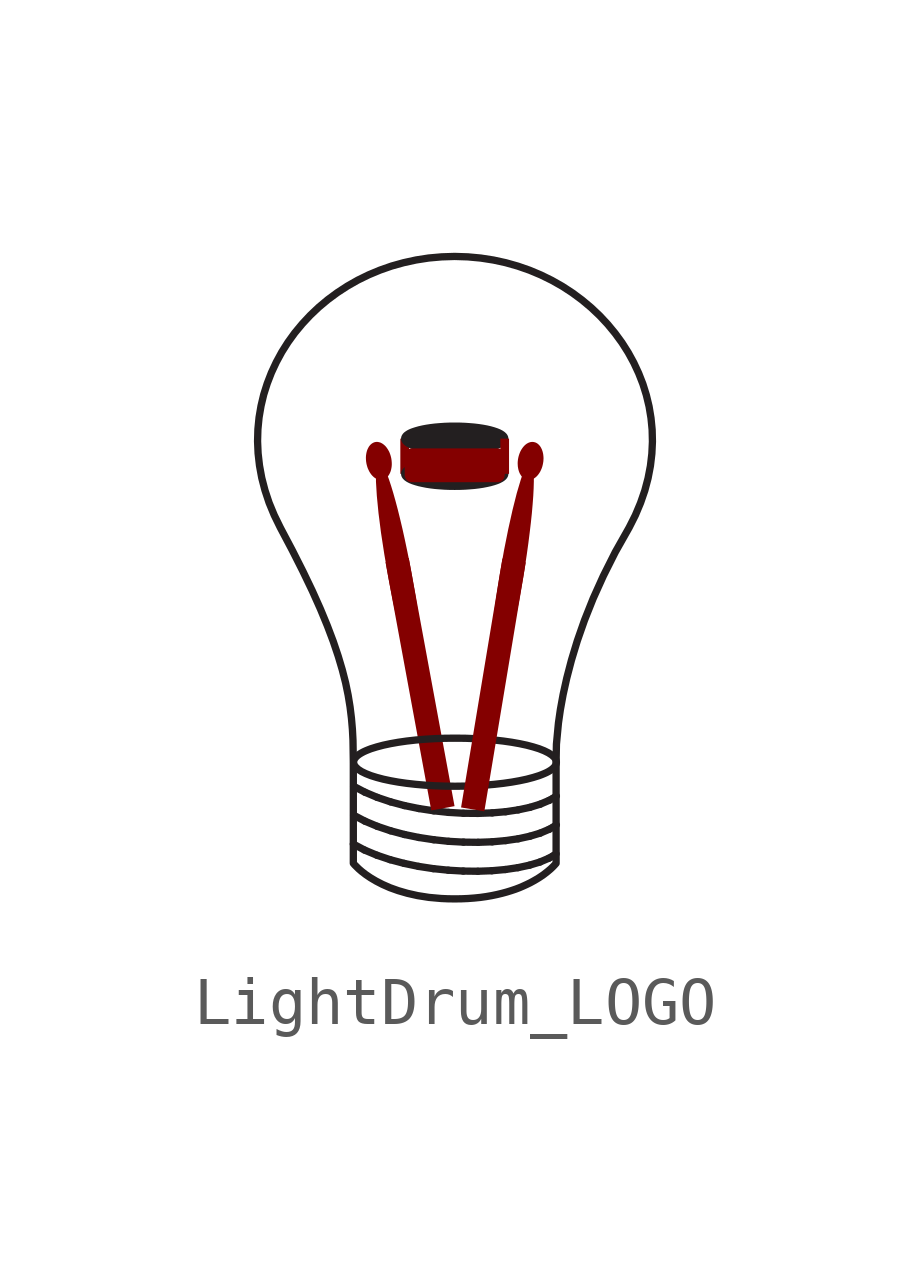
<source format=kicad_sym>
(kicad_symbol_lib
  (version 20231120)
  (generator "kicad_symbol_editor")
  (generator_version "8.0")
  (symbol "LightDrum_LOGO"
    (property "Reference" "#G"
      (at 0 9.906 0)
      (effects (font (size 1.27 1.27)) (hide yes)))
    (symbol "LightDrum_LOGO_1_0"
      (polyline (pts (xy -2.19 -4.761) (xy -1.956 -4.886)) (stroke (width 0) (type solid) (color 35 31 32 1)) (fill (type none)))
      (polyline (pts (xy -2.184 -4.159) (xy -1.949 -4.283)) (stroke (width 0) (type solid) (color 35 31 32 1)) (fill (type none)))
      (polyline (pts (xy -2.184 -3.556) (xy -1.949 -3.68)) (stroke (width 0) (type solid) (color 35 31 32 1)) (fill (type none)))
      (polyline (pts (xy -1.956 -4.886) (xy -1.698 -4.994)) (stroke (width 0) (type solid) (color 35 31 32 1)) (fill (type none)))
      (polyline (pts (xy -1.949 -4.283) (xy -1.692 -4.391)) (stroke (width 0) (type solid) (color 35 31 32 1)) (fill (type none)))
      (polyline (pts (xy -1.949 -3.68) (xy -1.692 -3.788)) (stroke (width 0) (type solid) (color 35 31 32 1)) (fill (type none)))
      (polyline (pts (xy -1.698 -4.994) (xy -1.422 -5.087)) (stroke (width 0) (type solid) (color 35 31 32 1)) (fill (type none)))
      (polyline (pts (xy -1.692 -4.391) (xy -1.415 -4.484)) (stroke (width 0) (type solid) (color 35 31 32 1)) (fill (type none)))
      (polyline (pts (xy -1.692 -3.788) (xy -1.415 -3.881)) (stroke (width 0) (type solid) (color 35 31 32 1)) (fill (type none)))
      (polyline (pts (xy -1.422 -5.087) (xy -1.131 -5.164)) (stroke (width 0) (type solid) (color 35 31 32 1)) (fill (type none)))
      (polyline (pts (xy -1.415 -4.484) (xy -1.124 -4.562)) (stroke (width 0) (type solid) (color 35 31 32 1)) (fill (type none)))
      (polyline (pts (xy -1.415 -3.881) (xy -1.124 -3.959)) (stroke (width 0) (type solid) (color 35 31 32 1)) (fill (type none)))
      (polyline (pts (xy -1.131 -5.164) (xy -0.829 -5.227)) (stroke (width 0) (type solid) (color 35 31 32 1)) (fill (type none)))
      (polyline (pts (xy -1.124 -4.562) (xy -0.823 -4.624)) (stroke (width 0) (type solid) (color 35 31 32 1)) (fill (type none)))
      (polyline (pts (xy -1.124 -3.959) (xy -0.823 -4.021)) (stroke (width 0) (type solid) (color 35 31 32 1)) (fill (type none)))
      (polyline (pts (xy -0.829 -5.227) (xy -0.521 -5.274)) (stroke (width 0) (type solid) (color 35 31 32 1)) (fill (type none)))
      (polyline (pts (xy -0.823 -4.624) (xy -0.514 -4.671)) (stroke (width 0) (type solid) (color 35 31 32 1)) (fill (type none)))
      (polyline (pts (xy -0.823 -4.021) (xy -0.514 -4.068)) (stroke (width 0) (type solid) (color 35 31 32 1)) (fill (type none)))
      (polyline (pts (xy -0.521 -5.274) (xy -0.21 -5.306)) (stroke (width 0) (type solid) (color 35 31 32 1)) (fill (type none)))
      (polyline (pts (xy -0.514 -4.671) (xy -0.203 -4.704)) (stroke (width 0) (type solid) (color 35 31 32 1)) (fill (type none)))
      (polyline (pts (xy -0.514 -4.068) (xy -0.203 -4.101)) (stroke (width 0) (type solid) (color 35 31 32 1)) (fill (type none)))
      (polyline (pts (xy -0.21 -5.306) (xy 0.1 -5.324)) (stroke (width 0) (type solid) (color 35 31 32 1)) (fill (type none)))
      (polyline (pts (xy -0.203 -4.704) (xy 0.106 -4.721)) (stroke (width 0) (type solid) (color 35 31 32 1)) (fill (type none)))
      (polyline (pts (xy -0.203 -4.101) (xy 0.106 -4.119)) (stroke (width 0) (type solid) (color 35 31 32 1)) (fill (type none)))
      (polyline (pts (xy 0.1 -5.324) (xy 0.404 -5.328)) (stroke (width 0) (type solid) (color 35 31 32 1)) (fill (type none)))
      (polyline (pts (xy 0.106 -4.721) (xy 0.41 -4.725)) (stroke (width 0) (type solid) (color 35 31 32 1)) (fill (type none)))
      (polyline (pts (xy 0.106 -4.119) (xy 0.41 -4.122)) (stroke (width 0) (type solid) (color 35 31 32 1)) (fill (type none)))
      (polyline (pts (xy 0.404 -5.328) (xy 0.698 -5.317)) (stroke (width 0) (type solid) (color 35 31 32 1)) (fill (type none)))
      (polyline (pts (xy 0.41 -4.725) (xy 0.705 -4.714)) (stroke (width 0) (type solid) (color 35 31 32 1)) (fill (type none)))
      (polyline (pts (xy 0.41 -4.122) (xy 0.705 -4.111)) (stroke (width 0) (type solid) (color 35 31 32 1)) (fill (type none)))
      (polyline (pts (xy 0.698 -5.317) (xy 0.979 -5.292)) (stroke (width 0) (type solid) (color 35 31 32 1)) (fill (type none)))
      (polyline (pts (xy 0.705 -4.714) (xy 0.985 -4.689)) (stroke (width 0) (type solid) (color 35 31 32 1)) (fill (type none)))
      (polyline (pts (xy 0.705 -4.111) (xy 0.985 -4.087)) (stroke (width 0) (type solid) (color 35 31 32 1)) (fill (type none)))
      (polyline (pts (xy 0.979 -5.292) (xy 1.242 -5.253)) (stroke (width 0) (type solid) (color 35 31 32 1)) (fill (type none)))
      (polyline (pts (xy 0.985 -4.689) (xy 1.248 -4.651)) (stroke (width 0) (type solid) (color 35 31 32 1)) (fill (type none)))
      (polyline (pts (xy 0.985 -4.087) (xy 1.248 -4.048)) (stroke (width 0) (type solid) (color 35 31 32 1)) (fill (type none)))
      (polyline (pts (xy 1.242 -5.253) (xy 1.483 -5.201)) (stroke (width 0) (type solid) (color 35 31 32 1)) (fill (type none)))
      (polyline (pts (xy 1.248 -4.651) (xy 1.49 -4.598)) (stroke (width 0) (type solid) (color 35 31 32 1)) (fill (type none)))
      (polyline (pts (xy 1.248 -4.048) (xy 1.49 -3.996)) (stroke (width 0) (type solid) (color 35 31 32 1)) (fill (type none)))
      (polyline (pts (xy 1.483 -5.201) (xy 1.699 -5.136)) (stroke (width 0) (type solid) (color 35 31 32 1)) (fill (type none)))
      (polyline (pts (xy 1.49 -4.598) (xy 1.705 -4.533)) (stroke (width 0) (type solid) (color 35 31 32 1)) (fill (type none)))
      (polyline (pts (xy 1.49 -3.996) (xy 1.705 -3.93)) (stroke (width 0) (type solid) (color 35 31 32 1)) (fill (type none)))
      (polyline (pts (xy 1.699 -5.136) (xy 1.885 -5.057)) (stroke (width 0) (type solid) (color 35 31 32 1)) (fill (type none)))
      (polyline (pts (xy 1.705 -4.533) (xy 1.891 -4.454)) (stroke (width 0) (type solid) (color 35 31 32 1)) (fill (type none)))
      (polyline (pts (xy 1.705 -3.93) (xy 1.891 -3.851)) (stroke (width 0) (type solid) (color 35 31 32 1)) (fill (type none)))
      (polyline (pts (xy 1.885 -5.057) (xy 1.965 -5.013)) (stroke (width 0) (type solid) (color 35 31 32 1)) (fill (type none)))
      (polyline (pts (xy 1.891 -4.454) (xy 1.972 -4.41)) (stroke (width 0) (type solid) (color 35 31 32 1)) (fill (type none)))
      (polyline (pts (xy 1.891 -3.851) (xy 1.972 -3.807)) (stroke (width 0) (type solid) (color 35 31 32 1)) (fill (type none)))
      (polyline (pts (xy 1.965 -5.013) (xy 2.037 -4.965)) (stroke (width 0) (type solid) (color 35 31 32 1)) (fill (type none)))
      (polyline (pts (xy 1.972 -4.41) (xy 2.043 -4.362)) (stroke (width 0) (type solid) (color 35 31 32 1)) (fill (type none)))
      (polyline (pts (xy 1.972 -3.807) (xy 2.043 -3.76)) (stroke (width 0) (type solid) (color 35 31 32 1)) (fill (type none)))
      (polyline (pts (xy -1.029 2.956) (xy -1.21 2.956) (xy -1.21 3.69) (xy -1.029 3.69) (xy -1.029 2.956)) (stroke (width -0.0001) (type solid)) (fill (type outline)))
      (polyline (pts (xy -0.08 -3.971) (xy -0.565 -4.06) (xy -1.519 1.114) (xy -1.035 1.203) (xy -0.08 -3.971)) (stroke (width -0.0001) (type solid)) (fill (type outline)))
      (polyline (pts (xy 1.056 2.956) (xy 0.875 2.956) (xy 0.875 3.69) (xy 1.056 3.69) (xy 1.056 2.956)) (stroke (width -0.0001) (type solid)) (fill (type outline)))
      (polyline (pts (xy 1.404 1.111) (xy 0.541 -4.079) (xy 0.056 -3.998) (xy 0.918 1.192) (xy 1.404 1.111)) (stroke (width -0.0001) (type solid)) (fill (type outline)))
      (polyline (pts (xy -1.645 3.225) (xy -1.631 3.218) (xy -1.616 3.205) (xy -1.6 3.186) (xy -1.584 3.162) (xy -1.566 3.132) (xy -1.529 3.056) (xy -1.49 2.959) (xy -1.448 2.843) (xy -1.404 2.71) (xy -1.358 2.559) (xy -1.311 2.392) (xy -1.263 2.211) (xy -1.215 2.017) (xy -1.166 1.81) (xy -1.118 1.593) (xy -1.07 1.365) (xy -1.022 1.129) (xy -0.976 0.886) (xy -0.892 0.404) (xy -0.824 -0.046) (xy -0.771 -0.455) (xy -0.736 -0.814) (xy -0.718 -1.112) (xy -0.719 -1.339) (xy -0.726 -1.423) (xy -0.739 -1.486) (xy -0.756 -1.527) (xy -0.766 -1.538) (xy -0.778 -1.544) (xy -0.791 -1.543) (xy -0.805 -1.536) (xy -0.82 -1.523) (xy -0.836 -1.504) (xy -0.853 -1.48) (xy -0.87 -1.45) (xy -0.907 -1.374) (xy -0.947 -1.277) (xy -0.989 -1.161) (xy -1.033 -1.028) (xy -1.079 -0.877) (xy -1.125 -0.711) (xy -1.173 -0.529) (xy -1.222 -0.335) (xy -1.27 -0.129) (xy -1.319 0.089) (xy -1.367 0.317) (xy -1.414 0.553) (xy -1.46 0.796) (xy -1.544 1.278) (xy -1.613 1.728) (xy -1.665 2.137) (xy -1.7 2.496) (xy -1.718 2.793) (xy -1.718 3.021) (xy -1.71 3.105) (xy -1.698 3.168) (xy -1.681 3.209) (xy -1.67 3.22) (xy -1.658 3.226) (xy -1.645 3.225)) (stroke (width -0.0001) (type solid)) (fill (type outline)))
      (polyline (pts (xy 1.517 3.22) (xy 1.528 3.209) (xy 1.538 3.191) (xy 1.546 3.168) (xy 1.554 3.14) (xy 1.56 3.106) (xy 1.569 3.021) (xy 1.573 2.917) (xy 1.573 2.794) (xy 1.569 2.653) (xy 1.561 2.496) (xy 1.548 2.323) (xy 1.532 2.137) (xy 1.511 1.938) (xy 1.486 1.727) (xy 1.458 1.506) (xy 1.426 1.275) (xy 1.39 1.037) (xy 1.351 0.792) (xy 1.266 0.311) (xy 1.177 -0.136) (xy 1.087 -0.538) (xy 0.999 -0.887) (xy 0.914 -1.173) (xy 0.874 -1.29) (xy 0.836 -1.387) (xy 0.8 -1.464) (xy 0.767 -1.519) (xy 0.737 -1.551) (xy 0.724 -1.558) (xy 0.71 -1.559) (xy 0.699 -1.554) (xy 0.688 -1.543) (xy 0.678 -1.526) (xy 0.67 -1.503) (xy 0.662 -1.474) (xy 0.656 -1.44) (xy 0.647 -1.356) (xy 0.643 -1.251) (xy 0.642 -1.128) (xy 0.647 -0.987) (xy 0.655 -0.83) (xy 0.668 -0.658) (xy 0.684 -0.471) (xy 0.705 -0.272) (xy 0.729 -0.061) (xy 0.758 0.16) (xy 0.79 0.39) (xy 0.826 0.628) (xy 0.865 0.873) (xy 0.95 1.355) (xy 1.039 1.801) (xy 1.129 2.204) (xy 1.217 2.553) (xy 1.302 2.839) (xy 1.342 2.956) (xy 1.38 3.053) (xy 1.415 3.13) (xy 1.448 3.185) (xy 1.478 3.217) (xy 1.492 3.224) (xy 1.505 3.225) (xy 1.517 3.22)) (stroke (width -0.0001) (type solid)) (fill (type outline)))
      (polyline (pts (xy 0.146 -2.556) (xy 0.356 -2.564) (xy 0.558 -2.576) (xy 0.752 -2.593) (xy 0.937 -2.614) (xy 1.111 -2.639) (xy 1.274 -2.668) (xy 1.424 -2.7) (xy 1.56 -2.736) (xy 1.682 -2.774) (xy 1.788 -2.816) (xy 1.877 -2.86) (xy 1.948 -2.906) (xy 2 -2.954) (xy 2.019 -2.978) (xy 2.032 -3.003) (xy 2.04 -3.029) (xy 2.043 -3.055) (xy 2.04 -3.08) (xy 2.032 -3.106) (xy 2.019 -3.131) (xy 2 -3.155) (xy 1.976 -3.18) (xy 1.948 -3.204) (xy 1.915 -3.227) (xy 1.877 -3.25) (xy 1.835 -3.272) (xy 1.788 -3.293) (xy 1.737 -3.314) (xy 1.682 -3.335) (xy 1.56 -3.373) (xy 1.424 -3.409) (xy 1.274 -3.441) (xy 1.111 -3.47) (xy 0.937 -3.495) (xy 0.752 -3.516) (xy 0.558 -3.533) (xy 0.356 -3.546) (xy 0.146 -3.553) (xy -0.07 -3.556) (xy -0.286 -3.553) (xy -0.496 -3.546) (xy -0.699 -3.533) (xy -0.893 -3.516) (xy -1.078 -3.495) (xy -1.252 -3.47) (xy -1.415 -3.441) (xy -1.565 -3.409) (xy -1.701 -3.373) (xy -1.823 -3.335) (xy -1.929 -3.293) (xy -2.018 -3.25) (xy -2.089 -3.204) (xy -2.141 -3.155) (xy -2.159 -3.131) (xy -2.173 -3.106) (xy -2.181 -3.08) (xy -2.184 -3.055) (xy -2.181 -3.029) (xy -2.173 -3.003) (xy -2.159 -2.978) (xy -2.141 -2.954) (xy -2.117 -2.929) (xy -2.089 -2.906) (xy -2.055 -2.882) (xy -2.018 -2.86) (xy -1.975 -2.837) (xy -1.929 -2.816) (xy -1.878 -2.795) (xy -1.823 -2.774) (xy -1.701 -2.736) (xy -1.565 -2.7) (xy -1.415 -2.668) (xy -1.252 -2.639) (xy -1.078 -2.614) (xy -0.893 -2.593) (xy -0.699 -2.576) (xy -0.496 -2.564) (xy -0.286 -2.556) (xy -0.07 -2.554) (xy 0.146 -2.556)) (stroke (width 0) (type solid) (color 35 31 32 1)) (fill (type none)))
      (polyline (pts (xy 0.03 3.216) (xy 0.133 3.212) (xy 0.233 3.205) (xy 0.329 3.196) (xy 0.42 3.185) (xy 0.506 3.172) (xy 0.587 3.157) (xy 0.66 3.141) (xy 0.728 3.122) (xy 0.788 3.102) (xy 0.84 3.081) (xy 0.884 3.058) (xy 0.919 3.034) (xy 0.945 3.009) (xy 0.954 2.996) (xy 0.961 2.983) (xy 0.965 2.97) (xy 0.966 2.956) (xy 0.965 2.943) (xy 0.961 2.93) (xy 0.954 2.917) (xy 0.945 2.904) (xy 0.933 2.891) (xy 0.919 2.879) (xy 0.903 2.867) (xy 0.884 2.855) (xy 0.863 2.844) (xy 0.84 2.832) (xy 0.815 2.821) (xy 0.788 2.811) (xy 0.759 2.801) (xy 0.728 2.791) (xy 0.66 2.772) (xy 0.587 2.756) (xy 0.506 2.74) (xy 0.42 2.727) (xy 0.329 2.716) (xy 0.233 2.708) (xy 0.133 2.701) (xy 0.03 2.697) (xy -0.077 2.696) (xy -0.183 2.697) (xy -0.287 2.701) (xy -0.387 2.708) (xy -0.483 2.716) (xy -0.574 2.727) (xy -0.66 2.74) (xy -0.74 2.756) (xy -0.814 2.772) (xy -0.881 2.791) (xy -0.942 2.811) (xy -0.994 2.832) (xy -1.038 2.855) (xy -1.073 2.879) (xy -1.098 2.904) (xy -1.107 2.917) (xy -1.114 2.93) (xy -1.118 2.943) (xy -1.119 2.956) (xy -1.118 2.97) (xy -1.114 2.983) (xy -1.107 2.996) (xy -1.098 3.009) (xy -1.087 3.022) (xy -1.073 3.034) (xy -1.056 3.046) (xy -1.038 3.058) (xy -1.017 3.069) (xy -0.994 3.081) (xy -0.969 3.091) (xy -0.942 3.102) (xy -0.912 3.112) (xy -0.881 3.122) (xy -0.814 3.141) (xy -0.74 3.157) (xy -0.66 3.172) (xy -0.574 3.185) (xy -0.483 3.196) (xy -0.387 3.205) (xy -0.287 3.212) (xy -0.183 3.216) (xy -0.077 3.217) (xy 0.03 3.216)) (stroke (width 0) (type solid) (color 35 31 32 1)) (fill (type outline)))
      (polyline (pts (xy 0.03 3.949) (xy 0.133 3.945) (xy 0.233 3.938) (xy 0.329 3.93) (xy 0.42 3.919) (xy 0.506 3.906) (xy 0.587 3.891) (xy 0.66 3.874) (xy 0.728 3.855) (xy 0.788 3.835) (xy 0.84 3.814) (xy 0.884 3.791) (xy 0.919 3.767) (xy 0.945 3.742) (xy 0.954 3.729) (xy 0.961 3.716) (xy 0.965 3.703) (xy 0.966 3.69) (xy 0.965 3.676) (xy 0.961 3.663) (xy 0.954 3.65) (xy 0.945 3.637) (xy 0.933 3.625) (xy 0.919 3.612) (xy 0.903 3.6) (xy 0.884 3.588) (xy 0.863 3.577) (xy 0.84 3.566) (xy 0.815 3.555) (xy 0.788 3.544) (xy 0.759 3.534) (xy 0.728 3.524) (xy 0.66 3.506) (xy 0.587 3.489) (xy 0.506 3.474) (xy 0.42 3.461) (xy 0.329 3.45) (xy 0.233 3.441) (xy 0.133 3.435) (xy 0.03 3.431) (xy -0.077 3.429) (xy -0.183 3.431) (xy -0.287 3.435) (xy -0.387 3.441) (xy -0.483 3.45) (xy -0.574 3.461) (xy -0.66 3.474) (xy -0.74 3.489) (xy -0.814 3.506) (xy -0.881 3.524) (xy -0.942 3.544) (xy -0.994 3.566) (xy -1.038 3.588) (xy -1.073 3.612) (xy -1.098 3.637) (xy -1.107 3.65) (xy -1.114 3.663) (xy -1.118 3.676) (xy -1.119 3.69) (xy -1.118 3.703) (xy -1.114 3.716) (xy -1.107 3.729) (xy -1.098 3.742) (xy -1.087 3.755) (xy -1.073 3.767) (xy -1.056 3.779) (xy -1.038 3.791) (xy -1.017 3.803) (xy -0.994 3.814) (xy -0.969 3.825) (xy -0.942 3.835) (xy -0.912 3.845) (xy -0.881 3.855) (xy -0.814 3.874) (xy -0.74 3.891) (xy -0.66 3.906) (xy -0.574 3.919) (xy -0.483 3.93) (xy -0.387 3.938) (xy -0.287 3.945) (xy -0.183 3.949) (xy -0.077 3.95) (xy 0.03 3.949)) (stroke (width 0) (type solid) (color 35 31 32 1)) (fill (type outline)))
      (polyline (pts (xy -1.69 3.622) (xy -1.677 3.62) (xy -1.663 3.618) (xy -1.65 3.615) (xy -1.637 3.611) (xy -1.623 3.607) (xy -1.611 3.601) (xy -1.598 3.594) (xy -1.585 3.587) (xy -1.573 3.578) (xy -1.56 3.569) (xy -1.548 3.559) (xy -1.537 3.549) (xy -1.525 3.538) (xy -1.514 3.526) (xy -1.503 3.513) (xy -1.493 3.499) (xy -1.483 3.485) (xy -1.473 3.47) (xy -1.464 3.455) (xy -1.455 3.439) (xy -1.446 3.423) (xy -1.438 3.406) (xy -1.431 3.388) (xy -1.424 3.37) (xy -1.418 3.352) (xy -1.412 3.333) (xy -1.407 3.314) (xy -1.402 3.294) (xy -1.398 3.274) (xy -1.392 3.233) (xy -1.389 3.194) (xy -1.388 3.155) (xy -1.39 3.117) (xy -1.395 3.081) (xy -1.402 3.046) (xy -1.411 3.013) (xy -1.423 2.982) (xy -1.437 2.953) (xy -1.452 2.927) (xy -1.47 2.903) (xy -1.48 2.892) (xy -1.49 2.882) (xy -1.5 2.873) (xy -1.511 2.865) (xy -1.523 2.857) (xy -1.535 2.85) (xy -1.547 2.845) (xy -1.559 2.84) (xy -1.572 2.836) (xy -1.585 2.833) (xy -1.599 2.831) (xy -1.613 2.83) (xy -1.626 2.83) (xy -1.639 2.831) (xy -1.653 2.833) (xy -1.666 2.836) (xy -1.679 2.84) (xy -1.692 2.845) (xy -1.706 2.851) (xy -1.718 2.857) (xy -1.731 2.865) (xy -1.743 2.873) (xy -1.756 2.882) (xy -1.768 2.892) (xy -1.779 2.903) (xy -1.791 2.914) (xy -1.802 2.926) (xy -1.813 2.939) (xy -1.823 2.952) (xy -1.833 2.966) (xy -1.843 2.981) (xy -1.852 2.996) (xy -1.861 3.012) (xy -1.869 3.029) (xy -1.877 3.046) (xy -1.885 3.063) (xy -1.892 3.081) (xy -1.898 3.099) (xy -1.904 3.119) (xy -1.909 3.138) (xy -1.914 3.158) (xy -1.918 3.178) (xy -1.924 3.218) (xy -1.927 3.258) (xy -1.928 3.297) (xy -1.926 3.334) (xy -1.921 3.371) (xy -1.914 3.406) (xy -1.905 3.439) (xy -1.893 3.47) (xy -1.879 3.498) (xy -1.864 3.525) (xy -1.846 3.548) (xy -1.836 3.559) (xy -1.826 3.569) (xy -1.815 3.578) (xy -1.805 3.587) (xy -1.793 3.594) (xy -1.781 3.601) (xy -1.769 3.607) (xy -1.757 3.612) (xy -1.744 3.616) (xy -1.73 3.619) (xy -1.717 3.621) (xy -1.704 3.622) (xy -1.69 3.622)) (stroke (width -0.0001) (type solid)) (fill (type outline)))
      (polyline (pts (xy 1.557 3.621) (xy 1.571 3.619) (xy 1.584 3.616) (xy 1.597 3.613) (xy 1.61 3.608) (xy 1.622 3.603) (xy 1.634 3.596) (xy 1.646 3.589) (xy 1.657 3.58) (xy 1.667 3.571) (xy 1.678 3.562) (xy 1.687 3.551) (xy 1.697 3.54) (xy 1.706 3.528) (xy 1.714 3.515) (xy 1.722 3.502) (xy 1.729 3.488) (xy 1.736 3.473) (xy 1.743 3.458) (xy 1.748 3.442) (xy 1.754 3.426) (xy 1.758 3.409) (xy 1.763 3.392) (xy 1.766 3.375) (xy 1.769 3.357) (xy 1.771 3.338) (xy 1.773 3.32) (xy 1.774 3.301) (xy 1.775 3.282) (xy 1.774 3.262) (xy 1.773 3.242) (xy 1.772 3.222) (xy 1.769 3.202) (xy 1.766 3.182) (xy 1.758 3.142) (xy 1.748 3.103) (xy 1.735 3.066) (xy 1.72 3.032) (xy 1.704 2.999) (xy 1.685 2.969) (xy 1.665 2.941) (xy 1.644 2.916) (xy 1.621 2.893) (xy 1.609 2.883) (xy 1.597 2.874) (xy 1.585 2.865) (xy 1.572 2.858) (xy 1.56 2.851) (xy 1.547 2.845) (xy 1.534 2.84) (xy 1.52 2.836) (xy 1.507 2.833) (xy 1.494 2.83) (xy 1.48 2.829) (xy 1.467 2.829) (xy 1.453 2.829) (xy 1.44 2.831) (xy 1.427 2.834) (xy 1.414 2.837) (xy 1.401 2.842) (xy 1.389 2.848) (xy 1.377 2.854) (xy 1.365 2.861) (xy 1.354 2.87) (xy 1.343 2.879) (xy 1.333 2.889) (xy 1.323 2.899) (xy 1.314 2.91) (xy 1.305 2.922) (xy 1.297 2.935) (xy 1.289 2.949) (xy 1.281 2.962) (xy 1.274 2.977) (xy 1.268 2.992) (xy 1.262 3.008) (xy 1.257 3.024) (xy 1.252 3.041) (xy 1.248 3.058) (xy 1.245 3.075) (xy 1.242 3.093) (xy 1.239 3.112) (xy 1.238 3.13) (xy 1.237 3.149) (xy 1.236 3.169) (xy 1.236 3.188) (xy 1.237 3.208) (xy 1.239 3.228) (xy 1.241 3.248) (xy 1.244 3.268) (xy 1.252 3.308) (xy 1.263 3.347) (xy 1.276 3.384) (xy 1.29 3.418) (xy 1.307 3.451) (xy 1.326 3.481) (xy 1.346 3.509) (xy 1.367 3.534) (xy 1.39 3.557) (xy 1.402 3.567) (xy 1.414 3.576) (xy 1.426 3.585) (xy 1.439 3.592) (xy 1.451 3.599) (xy 1.464 3.605) (xy 1.477 3.61) (xy 1.49 3.614) (xy 1.504 3.618) (xy 1.517 3.62) (xy 1.53 3.621) (xy 1.544 3.622) (xy 1.557 3.621)) (stroke (width -0.0001) (type solid)) (fill (type outline)))
      (polyline (pts (xy 0.822 3.487) (xy 0.83 3.486) (xy 0.837 3.485) (xy 0.845 3.484) (xy 0.852 3.482) (xy 0.859 3.48) (xy 0.866 3.478) (xy 0.873 3.475) (xy 0.88 3.472) (xy 0.887 3.469) (xy 0.893 3.465) (xy 0.899 3.461) (xy 0.905 3.457) (xy 0.911 3.453) (xy 0.916 3.448) (xy 0.921 3.443) (xy 0.926 3.438) (xy 0.931 3.432) (xy 0.936 3.426) (xy 0.94 3.42) (xy 0.944 3.414) (xy 0.948 3.408) (xy 0.951 3.401) (xy 0.954 3.395) (xy 0.957 3.388) (xy 0.959 3.381) (xy 0.961 3.373) (xy 0.963 3.366) (xy 0.964 3.359) (xy 0.965 3.351) (xy 0.966 3.343) (xy 0.966 3.336) (xy 0.966 2.933) (xy 0.966 2.925) (xy 0.965 2.918) (xy 0.964 2.91) (xy 0.963 2.903) (xy 0.961 2.895) (xy 0.959 2.888) (xy 0.957 2.881) (xy 0.954 2.874) (xy 0.951 2.867) (xy 0.948 2.861) (xy 0.944 2.854) (xy 0.94 2.848) (xy 0.936 2.842) (xy 0.931 2.837) (xy 0.926 2.831) (xy 0.921 2.826) (xy 0.916 2.821) (xy 0.911 2.816) (xy 0.905 2.812) (xy 0.899 2.808) (xy 0.893 2.804) (xy 0.887 2.8) (xy 0.88 2.796) (xy 0.873 2.793) (xy 0.866 2.791) (xy 0.859 2.788) (xy 0.852 2.786) (xy 0.845 2.785) (xy 0.837 2.783) (xy 0.83 2.782) (xy 0.822 2.782) (xy 0.814 2.782) (xy -0.968 2.782) (xy -0.976 2.782) (xy -0.983 2.782) (xy -0.991 2.783) (xy -0.999 2.785) (xy -1.006 2.786) (xy -1.013 2.788) (xy -1.02 2.791) (xy -1.027 2.793) (xy -1.034 2.796) (xy -1.04 2.8) (xy -1.047 2.804) (xy -1.053 2.808) (xy -1.059 2.812) (xy -1.064 2.816) (xy -1.07 2.821) (xy -1.075 2.826) (xy -1.08 2.831) (xy -1.085 2.837) (xy -1.089 2.842) (xy -1.094 2.848) (xy -1.098 2.854) (xy -1.101 2.861) (xy -1.105 2.867) (xy -1.108 2.874) (xy -1.11 2.881) (xy -1.113 2.888) (xy -1.115 2.895) (xy -1.117 2.903) (xy -1.118 2.91) (xy -1.119 2.918) (xy -1.119 2.925) (xy -1.119 2.933) (xy -1.119 3.336) (xy -1.119 3.343) (xy -1.119 3.351) (xy -1.118 3.359) (xy -1.117 3.366) (xy -1.115 3.373) (xy -1.113 3.381) (xy -1.11 3.388) (xy -1.108 3.395) (xy -1.105 3.401) (xy -1.101 3.408) (xy -1.098 3.414) (xy -1.094 3.42) (xy -1.089 3.426) (xy -1.085 3.432) (xy -1.08 3.438) (xy -1.075 3.443) (xy -1.07 3.448) (xy -1.064 3.453) (xy -1.059 3.457) (xy -1.053 3.461) (xy -1.047 3.465) (xy -1.04 3.469) (xy -1.034 3.472) (xy -1.027 3.475) (xy -1.02 3.478) (xy -1.013 3.48) (xy -1.006 3.482) (xy -0.999 3.484) (xy -0.991 3.485) (xy -0.983 3.486) (xy -0.976 3.487) (xy -0.968 3.487) (xy 0.814 3.487) (xy 0.822 3.487)) (stroke (width -0.0001) (type solid)) (fill (type outline)))
      (polyline (pts (xy 0.198 7.479) (xy 0.467 7.454) (xy 0.731 7.413) (xy 0.988 7.357) (xy 1.239 7.286) (xy 1.483 7.201) (xy 1.719 7.102) (xy 1.947 6.99) (xy 2.166 6.866) (xy 2.376 6.729) (xy 2.576 6.581) (xy 2.766 6.422) (xy 2.945 6.253) (xy 3.112 6.074) (xy 3.267 5.886) (xy 3.41 5.69) (xy 3.54 5.485) (xy 3.656 5.273) (xy 3.758 5.054) (xy 3.846 4.829) (xy 3.918 4.598) (xy 3.975 4.361) (xy 4.015 4.12) (xy 4.039 3.875) (xy 4.045 3.627) (xy 4.033 3.375) (xy 4.003 3.121) (xy 3.954 2.865) (xy 3.886 2.608) (xy 3.797 2.35) (xy 3.689 2.093) (xy 3.559 1.835) (xy 3.271 1.325) (xy 3.023 0.831) (xy 2.809 0.357) (xy 2.629 -0.095) (xy 2.479 -0.524) (xy 2.357 -0.927) (xy 2.259 -1.302) (xy 2.183 -1.646) (xy 2.126 -1.959) (xy 2.086 -2.236) (xy 2.044 -2.679) (xy 2.037 -3.055) (xy 2.037 -5.162) (xy 2.009 -5.194) (xy 1.975 -5.23) (xy 1.925 -5.278) (xy 1.859 -5.334) (xy 1.778 -5.397) (xy 1.73 -5.43) (xy 1.679 -5.464) (xy 1.623 -5.498) (xy 1.562 -5.533) (xy 1.498 -5.568) (xy 1.428 -5.602) (xy 1.354 -5.636) (xy 1.275 -5.67) (xy 1.191 -5.702) (xy 1.102 -5.732) (xy 1.008 -5.761) (xy 0.909 -5.788) (xy 0.805 -5.813) (xy 0.695 -5.836) (xy 0.58 -5.856) (xy 0.46 -5.873) (xy 0.334 -5.886) (xy 0.203 -5.896) (xy 0.066 -5.902) (xy -0.077 -5.904) (xy -0.22 -5.902) (xy -0.357 -5.896) (xy -0.614 -5.873) (xy -0.849 -5.836) (xy -1.062 -5.788) (xy -1.255 -5.732) (xy -1.428 -5.67) (xy -1.582 -5.602) (xy -1.716 -5.533) (xy -1.832 -5.464) (xy -1.931 -5.397) (xy -2.013 -5.334) (xy -2.078 -5.278) (xy -2.163 -5.194) (xy -2.19 -5.162) (xy -2.19 -3.055) (xy -2.197 -2.598) (xy -2.209 -2.37) (xy -2.229 -2.139) (xy -2.258 -1.902) (xy -2.298 -1.657) (xy -2.351 -1.4) (xy -2.42 -1.13) (xy -2.505 -0.844) (xy -2.608 -0.538) (xy -2.731 -0.212) (xy -2.876 0.139) (xy -3.045 0.517) (xy -3.24 0.923) (xy -3.462 1.362) (xy -3.712 1.835) (xy -3.839 2.095) (xy -3.946 2.354) (xy -4.032 2.614) (xy -4.099 2.872) (xy -4.146 3.129) (xy -4.175 3.384) (xy -4.186 3.636) (xy -4.179 3.885) (xy -4.155 4.131) (xy -4.114 4.372) (xy -4.058 4.608) (xy -3.985 4.839) (xy -3.898 5.064) (xy -3.796 5.283) (xy -3.681 5.495) (xy -3.552 5.699) (xy -3.41 5.895) (xy -3.255 6.082) (xy -3.089 6.26) (xy -2.911 6.429) (xy -2.722 6.587) (xy -2.523 6.734) (xy -2.314 6.87) (xy -2.096 6.994) (xy -1.869 7.105) (xy -1.634 7.203) (xy -1.391 7.288) (xy -1.14 7.358) (xy -0.883 7.414) (xy -0.62 7.455) (xy -0.351 7.479) (xy -0.077 7.488) (xy 0.198 7.479)) (stroke (width 0) (type solid) (color 35 31 32 1)) (fill (type none))))))
</source>
